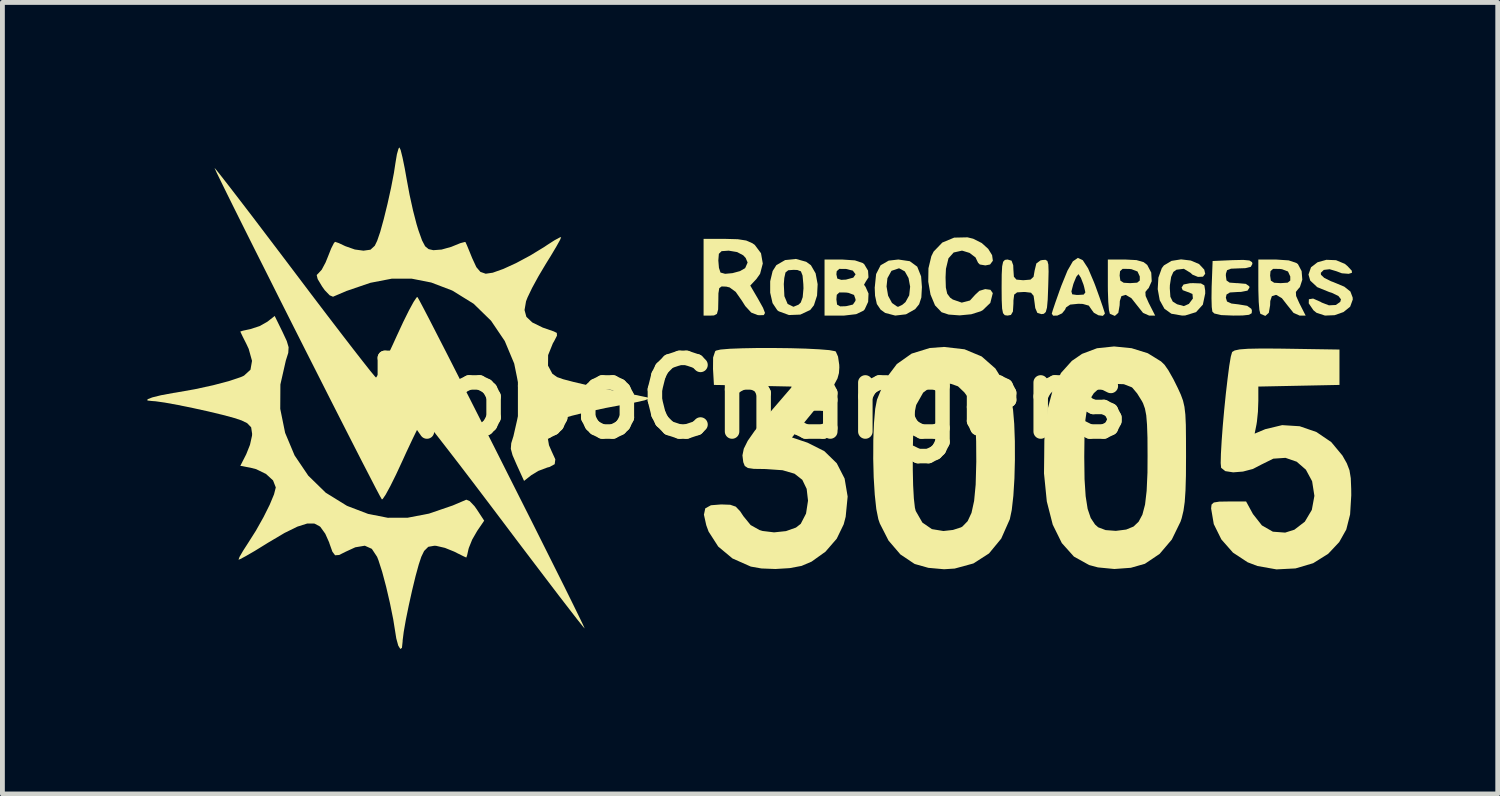
<source format=kicad_pcb>
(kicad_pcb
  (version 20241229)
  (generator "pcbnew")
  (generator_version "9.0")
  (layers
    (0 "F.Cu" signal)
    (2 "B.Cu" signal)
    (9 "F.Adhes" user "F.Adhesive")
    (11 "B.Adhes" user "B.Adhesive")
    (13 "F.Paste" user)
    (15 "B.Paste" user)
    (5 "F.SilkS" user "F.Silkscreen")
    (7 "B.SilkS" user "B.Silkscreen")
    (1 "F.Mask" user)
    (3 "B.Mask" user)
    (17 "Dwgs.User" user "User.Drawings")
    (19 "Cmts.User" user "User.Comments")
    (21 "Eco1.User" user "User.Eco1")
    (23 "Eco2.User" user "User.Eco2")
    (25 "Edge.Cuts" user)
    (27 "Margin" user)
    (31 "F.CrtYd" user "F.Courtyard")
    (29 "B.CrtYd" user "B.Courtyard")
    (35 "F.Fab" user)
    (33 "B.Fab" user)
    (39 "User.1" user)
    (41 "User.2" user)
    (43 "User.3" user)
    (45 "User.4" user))
  (footprint "RoboChargers"
    (layer "F.Cu")
    (at 12.425 5.19)
    (property "Reference" "RoboChargers" (at 0 0 0) (layer "F.SilkS") (effects (font (size 1.524 1.524) (thickness 0.3))))
    (attr board_only exclude_from_pos_files exclude_from_bom)
    (fp_poly (pts (xy 3.351 -2.835) (xy 3.505 -2.722) (xy 3.585 -2.521) (xy 3.602 -2.3) (xy 3.59 -2.084) (xy 3.544 -1.944) (xy 3.461 -1.842) (xy 3.272 -1.736) (xy 3.05 -1.71) (xy 2.841 -1.765) (xy 2.748 -1.832) (xy 2.669 -1.949) (xy 2.632 -2.121) (xy 2.625 -2.29) (xy 2.628 -2.312) (xy 2.87 -2.312) (xy 2.902 -2.121) (xy 2.983 -1.97) (xy 3.091 -1.895) (xy 3.114 -1.893) (xy 3.195 -1.932) (xy 3.262 -1.989) (xy 3.339 -2.129) (xy 3.358 -2.308) (xy 3.325 -2.486) (xy 3.248 -2.624) (xy 3.135 -2.686) (xy 3.124 -2.687) (xy 2.972 -2.636) (xy 2.888 -2.484) (xy 2.87 -2.312) (xy 2.628 -2.312) (xy 2.654 -2.569) (xy 2.747 -2.751) (xy 2.914 -2.847) (xy 3.114 -2.87)) (stroke (width 0) (type solid)) (fill yes) (layer "F.SilkS"))
    (fp_poly (pts (xy 1.207 -2.823) (xy 1.305 -2.752) (xy 1.402 -2.584) (xy 1.444 -2.36) (xy 1.432 -2.124) (xy 1.367 -1.923) (xy 1.291 -1.826) (xy 1.086 -1.73) (xy 0.851 -1.721) (xy 0.64 -1.798) (xy 0.609 -1.821) (xy 0.511 -1.968) (xy 0.462 -2.183) (xy 0.462 -2.361) (xy 0.744 -2.361) (xy 0.756 -2.111) (xy 0.823 -1.951) (xy 0.941 -1.893) (xy 0.946 -1.893) (xy 1.048 -1.935) (xy 1.095 -1.98) (xy 1.135 -2.091) (xy 1.151 -2.273) (xy 1.148 -2.361) (xy 1.132 -2.538) (xy 1.098 -2.625) (xy 1.025 -2.653) (xy 0.946 -2.656) (xy 0.836 -2.648) (xy 0.779 -2.602) (xy 0.754 -2.488) (xy 0.744 -2.361) (xy 0.462 -2.361) (xy 0.462 -2.419) (xy 0.513 -2.632) (xy 0.59 -2.754) (xy 0.772 -2.859) (xy 0.995 -2.882)) (stroke (width 0) (type solid)) (fill yes) (layer "F.SilkS"))
    (fp_poly (pts (xy 10.379 -2.85) (xy 10.433 -2.815) (xy 10.441 -2.781) (xy 10.408 -2.719) (xy 10.293 -2.691) (xy 10.166 -2.687) (xy 9.997 -2.68) (xy 9.916 -2.649) (xy 9.892 -2.575) (xy 9.891 -2.534) (xy 9.905 -2.436) (xy 9.968 -2.392) (xy 10.114 -2.381) (xy 10.136 -2.381) (xy 10.305 -2.366) (xy 10.375 -2.316) (xy 10.38 -2.29) (xy 10.339 -2.226) (xy 10.206 -2.2) (xy 10.136 -2.198) (xy 9.975 -2.188) (xy 9.905 -2.146) (xy 9.891 -2.079) (xy 9.915 -2.001) (xy 10.007 -1.959) (xy 10.15 -1.942) (xy 10.332 -1.912) (xy 10.418 -1.85) (xy 10.43 -1.816) (xy 10.426 -1.759) (xy 10.37 -1.726) (xy 10.238 -1.712) (xy 10.047 -1.71) (xy 9.795 -1.72) (xy 9.653 -1.753) (xy 9.612 -1.791) (xy 9.599 -1.888) (xy 9.594 -2.071) (xy 9.597 -2.305) (xy 9.599 -2.356) (xy 9.617 -2.839) (xy 10.029 -2.857) (xy 10.253 -2.862)) (stroke (width 0) (type solid)) (fill yes) (layer "F.SilkS"))
    (fp_poly (pts (xy 12.171 -2.856) (xy 12.353 -2.78) (xy 12.409 -2.733) (xy 12.497 -2.638) (xy 12.5 -2.595) (xy 12.432 -2.574) (xy 12.291 -2.585) (xy 12.177 -2.628) (xy 12.038 -2.669) (xy 11.918 -2.655) (xy 11.856 -2.595) (xy 11.859 -2.554) (xy 11.927 -2.49) (xy 12.068 -2.42) (xy 12.117 -2.402) (xy 12.342 -2.308) (xy 12.468 -2.208) (xy 12.515 -2.084) (xy 12.517 -2.041) (xy 12.463 -1.894) (xy 12.326 -1.783) (xy 12.141 -1.718) (xy 11.943 -1.71) (xy 11.768 -1.767) (xy 11.702 -1.821) (xy 11.606 -1.963) (xy 11.609 -2.048) (xy 11.697 -2.062) (xy 11.855 -1.992) (xy 11.875 -1.979) (xy 12.024 -1.922) (xy 12.166 -1.929) (xy 12.258 -1.993) (xy 12.273 -2.047) (xy 12.219 -2.116) (xy 12.083 -2.181) (xy 12.031 -2.197) (xy 11.782 -2.298) (xy 11.637 -2.434) (xy 11.601 -2.559) (xy 11.653 -2.709) (xy 11.788 -2.813) (xy 11.972 -2.864)) (stroke (width 0) (type solid)) (fill yes) (layer "F.SilkS"))
    (fp_poly (pts (xy 4.663 -3.3) (xy 4.84 -3.211) (xy 4.974 -3.09) (xy 5.054 -2.96) (xy 5.07 -2.845) (xy 5.012 -2.767) (xy 4.915 -2.748) (xy 4.8 -2.767) (xy 4.763 -2.804) (xy 4.711 -2.913) (xy 4.587 -3.007) (xy 4.44 -3.052) (xy 4.427 -3.053) (xy 4.258 -3.015) (xy 4.151 -2.894) (xy 4.099 -2.677) (xy 4.091 -2.5) (xy 4.097 -2.29) (xy 4.125 -2.163) (xy 4.186 -2.081) (xy 4.241 -2.042) (xy 4.426 -1.978) (xy 4.596 -2.022) (xy 4.704 -2.141) (xy 4.791 -2.222) (xy 4.912 -2.258) (xy 5.02 -2.243) (xy 5.068 -2.175) (xy 5.068 -2.173) (xy 5.017 -1.972) (xy 4.861 -1.822) (xy 4.819 -1.799) (xy 4.623 -1.737) (xy 4.382 -1.714) (xy 4.154 -1.731) (xy 4.009 -1.779) (xy 3.873 -1.921) (xy 3.78 -2.144) (xy 3.733 -2.411) (xy 3.737 -2.688) (xy 3.797 -2.939) (xy 3.844 -3.034) (xy 4.024 -3.221) (xy 4.269 -3.323) (xy 4.545 -3.329)) (stroke (width 0) (type solid)) (fill yes) (layer "F.SilkS"))
    (fp_poly (pts (xy 9.165 -2.849) (xy 9.337 -2.776) (xy 9.444 -2.661) (xy 9.464 -2.575) (xy 9.418 -2.515) (xy 9.314 -2.51) (xy 9.201 -2.556) (xy 9.159 -2.595) (xy 9.022 -2.678) (xy 8.869 -2.659) (xy 8.805 -2.613) (xy 8.759 -2.51) (xy 8.733 -2.34) (xy 8.731 -2.276) (xy 8.743 -2.099) (xy 8.792 -2) (xy 8.882 -1.944) (xy 9.022 -1.906) (xy 9.126 -1.952) (xy 9.209 -2.063) (xy 9.2 -2.157) (xy 9.103 -2.198) (xy 9.098 -2.198) (xy 8.998 -2.236) (xy 8.975 -2.29) (xy 9.016 -2.353) (xy 9.149 -2.38) (xy 9.22 -2.381) (xy 9.376 -2.375) (xy 9.446 -2.335) (xy 9.463 -2.231) (xy 9.464 -2.168) (xy 9.415 -1.936) (xy 9.274 -1.781) (xy 9.05 -1.712) (xy 8.986 -1.71) (xy 8.764 -1.748) (xy 8.62 -1.851) (xy 8.523 -2.027) (xy 8.481 -2.257) (xy 8.495 -2.495) (xy 8.566 -2.692) (xy 8.609 -2.748) (xy 8.767 -2.842) (xy 8.964 -2.873)) (stroke (width 0) (type solid)) (fill yes) (layer "F.SilkS"))
    (fp_poly (pts (xy 2.216 -2.852) (xy 2.378 -2.797) (xy 2.407 -2.774) (xy 2.487 -2.64) (xy 2.496 -2.5) (xy 2.437 -2.408) (xy 2.404 -2.348) (xy 2.437 -2.301) (xy 2.497 -2.166) (xy 2.489 -1.993) (xy 2.418 -1.839) (xy 2.392 -1.811) (xy 2.241 -1.739) (xy 1.991 -1.71) (xy 1.934 -1.71) (xy 1.587 -1.71) (xy 1.587 -2.045) (xy 1.832 -2.045) (xy 1.846 -1.937) (xy 1.912 -1.9) (xy 2.03 -1.904) (xy 2.174 -1.938) (xy 2.226 -2.014) (xy 2.229 -2.045) (xy 2.197 -2.137) (xy 2.082 -2.18) (xy 2.03 -2.187) (xy 1.894 -2.189) (xy 1.84 -2.14) (xy 1.832 -2.045) (xy 1.587 -2.045) (xy 1.587 -2.564) (xy 1.832 -2.564) (xy 1.851 -2.476) (xy 1.932 -2.449) (xy 2.03 -2.454) (xy 2.182 -2.495) (xy 2.229 -2.564) (xy 2.172 -2.64) (xy 2.03 -2.675) (xy 1.892 -2.676) (xy 1.839 -2.628) (xy 1.832 -2.564) (xy 1.587 -2.564) (xy 1.587 -2.87) (xy 1.949 -2.87)) (stroke (width 0) (type solid)) (fill yes) (layer "F.SilkS"))
    (fp_poly (pts (xy 6.931 -2.855) (xy 7.04 -2.687) (xy 7.163 -2.398) (xy 7.19 -2.328) (xy 7.276 -2.09) (xy 7.343 -1.896) (xy 7.382 -1.775) (xy 7.388 -1.749) (xy 7.346 -1.704) (xy 7.254 -1.716) (xy 7.159 -1.769) (xy 7.113 -1.832) (xy 7.055 -1.916) (xy 6.929 -1.951) (xy 6.838 -1.954) (xy 6.67 -1.937) (xy 6.584 -1.878) (xy 6.564 -1.832) (xy 6.502 -1.756) (xy 6.404 -1.71) (xy 6.317 -1.708) (xy 6.289 -1.749) (xy 6.309 -1.819) (xy 6.362 -1.977) (xy 6.439 -2.195) (xy 6.444 -2.21) (xy 6.695 -2.21) (xy 6.712 -2.15) (xy 6.802 -2.137) (xy 6.838 -2.137) (xy 6.949 -2.144) (xy 6.984 -2.189) (xy 6.958 -2.306) (xy 6.945 -2.351) (xy 6.892 -2.49) (xy 6.846 -2.562) (xy 6.838 -2.564) (xy 6.796 -2.512) (xy 6.743 -2.384) (xy 6.732 -2.351) (xy 6.695 -2.21) (xy 6.444 -2.21) (xy 6.487 -2.328) (xy 6.614 -2.64) (xy 6.725 -2.832) (xy 6.829 -2.904)) (stroke (width 0) (type solid)) (fill yes) (layer "F.SilkS"))
    (fp_poly (pts (xy 8.041 -2.858) (xy 8.189 -2.816) (xy 8.264 -2.758) (xy 8.347 -2.599) (xy 8.357 -2.421) (xy 8.293 -2.277) (xy 8.275 -2.261) (xy 8.226 -2.199) (xy 8.231 -2.115) (xy 8.296 -1.969) (xy 8.307 -1.948) (xy 8.428 -1.71) (xy 8.303 -1.71) (xy 8.177 -1.766) (xy 8.052 -1.923) (xy 7.937 -2.069) (xy 7.824 -2.136) (xy 7.809 -2.137) (xy 7.729 -2.111) (xy 7.697 -2.011) (xy 7.693 -1.923) (xy 7.666 -1.767) (xy 7.594 -1.703) (xy 7.495 -1.745) (xy 7.49 -1.75) (xy 7.472 -1.826) (xy 7.458 -1.993) (xy 7.45 -2.222) (xy 7.449 -2.33) (xy 7.449 -2.538) (xy 7.693 -2.538) (xy 7.708 -2.433) (xy 7.777 -2.389) (xy 7.911 -2.381) (xy 8.056 -2.391) (xy 8.11 -2.435) (xy 8.11 -2.519) (xy 8.063 -2.622) (xy 7.94 -2.669) (xy 7.892 -2.675) (xy 7.755 -2.677) (xy 7.702 -2.629) (xy 7.693 -2.538) (xy 7.449 -2.538) (xy 7.449 -2.87) (xy 7.806 -2.87)) (stroke (width 0) (type solid)) (fill yes) (layer "F.SilkS"))
    (fp_poly (pts (xy 11.192 -2.852) (xy 11.353 -2.797) (xy 11.383 -2.774) (xy 11.459 -2.63) (xy 11.473 -2.452) (xy 11.423 -2.299) (xy 11.389 -2.261) (xy 11.34 -2.199) (xy 11.345 -2.115) (xy 11.41 -1.969) (xy 11.421 -1.948) (xy 11.542 -1.71) (xy 11.417 -1.71) (xy 11.291 -1.766) (xy 11.165 -1.923) (xy 11.051 -2.069) (xy 10.938 -2.136) (xy 10.923 -2.137) (xy 10.843 -2.111) (xy 10.81 -2.011) (xy 10.807 -1.923) (xy 10.78 -1.767) (xy 10.708 -1.703) (xy 10.609 -1.745) (xy 10.604 -1.75) (xy 10.585 -1.826) (xy 10.571 -1.993) (xy 10.564 -2.222) (xy 10.563 -2.33) (xy 10.563 -2.538) (xy 10.807 -2.538) (xy 10.822 -2.433) (xy 10.891 -2.389) (xy 11.025 -2.381) (xy 11.17 -2.391) (xy 11.224 -2.435) (xy 11.224 -2.519) (xy 11.177 -2.622) (xy 11.054 -2.669) (xy 11.006 -2.675) (xy 10.869 -2.677) (xy 10.815 -2.629) (xy 10.807 -2.538) (xy 10.563 -2.538) (xy 10.563 -2.87) (xy 10.925 -2.87)) (stroke (width 0) (type solid)) (fill yes) (layer "F.SilkS"))
    (fp_poly (pts (xy 5.457 -2.846) (xy 5.491 -2.752) (xy 5.495 -2.656) (xy 5.505 -2.513) (xy 5.558 -2.454) (xy 5.691 -2.442) (xy 5.705 -2.442) (xy 5.848 -2.454) (xy 5.912 -2.513) (xy 5.934 -2.641) (xy 5.97 -2.789) (xy 6.056 -2.852) (xy 6.093 -2.859) (xy 6.158 -2.864) (xy 6.198 -2.84) (xy 6.218 -2.767) (xy 6.223 -2.621) (xy 6.217 -2.38) (xy 6.215 -2.309) (xy 6.205 -2.043) (xy 6.19 -1.875) (xy 6.165 -1.784) (xy 6.125 -1.747) (xy 6.075 -1.74) (xy 5.99 -1.766) (xy 5.947 -1.866) (xy 5.934 -1.969) (xy 5.913 -2.119) (xy 5.859 -2.183) (xy 5.735 -2.198) (xy 5.705 -2.198) (xy 5.571 -2.19) (xy 5.511 -2.144) (xy 5.496 -2.024) (xy 5.495 -1.954) (xy 5.485 -1.794) (xy 5.444 -1.723) (xy 5.373 -1.71) (xy 5.316 -1.718) (xy 5.28 -1.76) (xy 5.261 -1.856) (xy 5.253 -2.031) (xy 5.251 -2.29) (xy 5.253 -2.559) (xy 5.262 -2.729) (xy 5.282 -2.823) (xy 5.319 -2.862) (xy 5.373 -2.87)) (stroke (width 0) (type solid)) (fill yes) (layer "F.SilkS"))
    (fp_poly (pts (xy -0.208 -3.29) (xy -0.034 -3.263) (xy 0.092 -3.208) (xy 0.144 -3.171) (xy 0.272 -3) (xy 0.309 -2.787) (xy 0.253 -2.574) (xy 0.177 -2.467) (xy 0.05 -2.331) (xy 0.208 -2.061) (xy 0.314 -1.871) (xy 0.355 -1.764) (xy 0.329 -1.72) (xy 0.236 -1.717) (xy 0.202 -1.721) (xy 0.07 -1.772) (xy -0.054 -1.907) (xy -0.122 -2.015) (xy -0.252 -2.201) (xy -0.377 -2.292) (xy -0.446 -2.309) (xy -0.543 -2.313) (xy -0.592 -2.277) (xy -0.609 -2.17) (xy -0.611 -2.019) (xy -0.615 -1.836) (xy -0.64 -1.745) (xy -0.7 -1.713) (xy -0.763 -1.71) (xy -0.916 -1.71) (xy -0.916 -2.849) (xy -0.611 -2.849) (xy -0.598 -2.697) (xy -0.567 -2.603) (xy -0.565 -2.6) (xy -0.47 -2.574) (xy -0.318 -2.588) (xy -0.163 -2.63) (xy -0.06 -2.689) (xy -0.052 -2.7) (xy -0.005 -2.808) (xy -0.045 -2.902) (xy -0.096 -2.957) (xy -0.222 -3.024) (xy -0.394 -3.053) (xy -0.401 -3.053) (xy -0.543 -3.043) (xy -0.6 -2.988) (xy -0.611 -2.851) (xy -0.611 -2.849) (xy -0.916 -2.849) (xy -0.916 -3.297) (xy -0.466 -3.297)) (stroke (width 0) (type solid)) (fill yes) (layer "F.SilkS"))
    (fp_poly (pts (xy 4.484 -1.012) (xy 4.838 -0.864) (xy 5.122 -0.615) (xy 5.339 -0.266) (xy 5.449 0.03) (xy 5.487 0.235) (xy 5.512 0.532) (xy 5.525 0.889) (xy 5.526 1.276) (xy 5.516 1.663) (xy 5.494 2.018) (xy 5.461 2.312) (xy 5.421 2.503) (xy 5.243 2.905) (xy 4.99 3.212) (xy 4.668 3.419) (xy 4.28 3.525) (xy 4.06 3.539) (xy 3.735 3.51) (xy 3.459 3.432) (xy 3.445 3.426) (xy 3.157 3.233) (xy 2.911 2.946) (xy 2.731 2.593) (xy 2.7 2.503) (xy 2.658 2.294) (xy 2.626 1.996) (xy 2.604 1.638) (xy 2.594 1.251) (xy 2.595 1.145) (xy 3.412 1.145) (xy 3.413 1.484) (xy 3.42 1.803) (xy 3.435 2.074) (xy 3.457 2.267) (xy 3.474 2.334) (xy 3.612 2.574) (xy 3.809 2.709) (xy 4.047 2.748) (xy 4.244 2.726) (xy 4.409 2.673) (xy 4.439 2.656) (xy 4.548 2.544) (xy 4.628 2.372) (xy 4.682 2.125) (xy 4.714 1.789) (xy 4.726 1.347) (xy 4.727 1.313) (xy 4.724 0.888) (xy 4.71 0.564) (xy 4.68 0.319) (xy 4.631 0.134) (xy 4.559 -0.013) (xy 4.48 -0.12) (xy 4.348 -0.246) (xy 4.201 -0.298) (xy 4.066 -0.305) (xy 3.817 -0.259) (xy 3.628 -0.116) (xy 3.486 0.135) (xy 3.48 0.153) (xy 3.453 0.289) (xy 3.432 0.519) (xy 3.419 0.814) (xy 3.412 1.145) (xy 2.595 1.145) (xy 2.596 0.865) (xy 2.61 0.512) (xy 2.635 0.221) (xy 2.672 0.03) (xy 2.844 -0.39) (xy 3.083 -0.707) (xy 3.389 -0.923) (xy 3.765 -1.039) (xy 4.06 -1.061)) (stroke (width 0) (type solid)) (fill yes) (layer "F.SilkS"))
    (fp_poly (pts (xy 10.954 -1.027) (xy 11.167 -1.024) (xy 12.242 -1.007) (xy 12.242 -0.275) (xy 11.403 -0.258) (xy 10.563 -0.241) (xy 10.563 0.055) (xy 10.555 0.279) (xy 10.534 0.485) (xy 10.525 0.542) (xy 10.487 0.733) (xy 10.706 0.641) (xy 11.056 0.557) (xy 11.419 0.58) (xy 11.766 0.7) (xy 12.072 0.908) (xy 12.303 1.186) (xy 12.394 1.347) (xy 12.449 1.49) (xy 12.476 1.654) (xy 12.485 1.882) (xy 12.486 2.01) (xy 12.462 2.405) (xy 12.383 2.717) (xy 12.237 2.977) (xy 12.012 3.216) (xy 12.003 3.223) (xy 11.698 3.414) (xy 11.333 3.522) (xy 10.938 3.542) (xy 10.544 3.472) (xy 10.342 3.395) (xy 10.038 3.195) (xy 9.798 2.922) (xy 9.641 2.605) (xy 9.586 2.281) (xy 9.595 2.201) (xy 9.642 2.158) (xy 9.755 2.14) (xy 9.948 2.137) (xy 10.31 2.137) (xy 10.452 2.397) (xy 10.637 2.632) (xy 10.864 2.762) (xy 11.118 2.781) (xy 11.309 2.721) (xy 11.525 2.555) (xy 11.67 2.311) (xy 11.723 2.022) (xy 11.723 2.019) (xy 11.676 1.718) (xy 11.547 1.479) (xy 11.357 1.314) (xy 11.125 1.234) (xy 10.873 1.251) (xy 10.624 1.374) (xy 10.451 1.464) (xy 10.245 1.518) (xy 10.043 1.534) (xy 9.88 1.509) (xy 9.793 1.44) (xy 9.793 1.439) (xy 9.784 1.342) (xy 9.789 1.15) (xy 9.804 0.886) (xy 9.827 0.575) (xy 9.857 0.24) (xy 9.891 -0.095) (xy 9.927 -0.405) (xy 9.961 -0.668) (xy 9.993 -0.859) (xy 10.02 -0.954) (xy 10.022 -0.957) (xy 10.073 -0.988) (xy 10.176 -1.01) (xy 10.347 -1.023) (xy 10.601 -1.028)) (stroke (width 0) (type solid)) (fill yes) (layer "F.SilkS"))
    (fp_poly (pts (xy 0.879 -1.035) (xy 1.2 -1.026) (xy 1.476 -1.012) (xy 1.686 -0.995) (xy 1.804 -0.973) (xy 1.82 -0.965) (xy 1.866 -0.861) (xy 1.891 -0.691) (xy 1.893 -0.636) (xy 1.885 -0.52) (xy 1.855 -0.41) (xy 1.788 -0.284) (xy 1.672 -0.12) (xy 1.493 0.105) (xy 1.403 0.215) (xy 0.913 0.812) (xy 1.234 0.92) (xy 1.582 1.095) (xy 1.839 1.345) (xy 2.002 1.662) (xy 2.065 2.035) (xy 2.024 2.454) (xy 1.983 2.61) (xy 1.839 2.907) (xy 1.606 3.176) (xy 1.318 3.382) (xy 1.111 3.47) (xy 0.866 3.516) (xy 0.57 3.534) (xy 0.281 3.523) (xy 0.061 3.484) (xy -0.318 3.316) (xy -0.613 3.07) (xy -0.813 2.759) (xy -0.861 2.627) (xy -0.909 2.41) (xy -0.881 2.279) (xy -0.764 2.215) (xy -0.552 2.198) (xy -0.364 2.205) (xy -0.25 2.244) (xy -0.159 2.34) (xy -0.093 2.44) (xy 0.058 2.625) (xy 0.242 2.728) (xy 0.304 2.747) (xy 0.543 2.776) (xy 0.789 2.75) (xy 0.995 2.677) (xy 1.094 2.6) (xy 1.204 2.387) (xy 1.245 2.12) (xy 1.217 1.876) (xy 1.127 1.689) (xy 0.965 1.562) (xy 0.718 1.49) (xy 0.371 1.466) (xy 0.339 1.465) (xy 0.123 1.462) (xy -0.000318 1.444) (xy -0.063 1.403) (xy -0.094 1.326) (xy -0.096 1.315) (xy -0.112 1.183) (xy -0.084 1.045) (xy -0.003 0.882) (xy 0.141 0.676) (xy 0.359 0.408) (xy 0.443 0.31) (xy 0.917 -0.241) (xy -0.702 -0.275) (xy -0.721 -0.605) (xy -0.719 -0.843) (xy -0.677 -0.97) (xy -0.66 -0.985) (xy -0.566 -1.007) (xy -0.376 -1.023) (xy -0.113 -1.033) (xy 0.2 -1.039) (xy 0.538 -1.039)) (stroke (width 0) (type solid)) (fill yes) (layer "F.SilkS"))
    (fp_poly (pts (xy 7.94 -1.035) (xy 8.275 -0.931) (xy 8.549 -0.762) (xy 8.622 -0.692) (xy 8.702 -0.577) (xy 8.806 -0.393) (xy 8.896 -0.212) (xy 8.959 -0.074) (xy 9.004 0.048) (xy 9.034 0.177) (xy 9.053 0.337) (xy 9.063 0.551) (xy 9.066 0.842) (xy 9.067 1.191) (xy 9.065 1.6) (xy 9.056 1.911) (xy 9.04 2.146) (xy 9.014 2.329) (xy 8.977 2.483) (xy 8.953 2.555) (xy 8.773 2.924) (xy 8.52 3.222) (xy 8.216 3.426) (xy 8.213 3.427) (xy 7.925 3.509) (xy 7.584 3.534) (xy 7.244 3.501) (xy 7.062 3.452) (xy 6.747 3.277) (xy 6.497 2.998) (xy 6.309 2.617) (xy 6.186 2.136) (xy 6.128 1.555) (xy 6.132 1.221) (xy 6.961 1.221) (xy 6.967 1.677) (xy 6.99 2.028) (xy 7.031 2.29) (xy 7.095 2.479) (xy 7.184 2.613) (xy 7.249 2.671) (xy 7.403 2.729) (xy 7.615 2.745) (xy 7.828 2.718) (xy 7.98 2.656) (xy 8.086 2.555) (xy 8.164 2.409) (xy 8.219 2.201) (xy 8.252 1.917) (xy 8.269 1.539) (xy 8.271 1.191) (xy 8.269 0.82) (xy 8.26 0.55) (xy 8.244 0.355) (xy 8.217 0.215) (xy 8.178 0.106) (xy 8.155 0.061) (xy 8.056 -0.098) (xy 7.959 -0.214) (xy 7.943 -0.227) (xy 7.78 -0.29) (xy 7.567 -0.297) (xy 7.36 -0.251) (xy 7.273 -0.206) (xy 7.161 -0.107) (xy 7.079 0.022) (xy 7.021 0.199) (xy 6.985 0.443) (xy 6.966 0.772) (xy 6.961 1.204) (xy 6.961 1.221) (xy 6.132 1.221) (xy 6.135 0.876) (xy 6.144 0.733) (xy 6.206 0.217) (xy 6.316 -0.197) (xy 6.48 -0.523) (xy 6.705 -0.773) (xy 6.916 -0.918) (xy 7.225 -1.034) (xy 7.578 -1.071)) (stroke (width 0) (type solid)) (fill yes) (layer "F.SilkS"))
    (fp_poly (pts (xy -10.992 -4.715) (xy -10.885 -4.58) (xy -10.719 -4.367) (xy -10.503 -4.086) (xy -10.243 -3.747) (xy -9.948 -3.358) (xy -9.624 -2.931) (xy -9.37 -2.595) (xy -9.03 -2.145) (xy -8.712 -1.727) (xy -8.424 -1.351) (xy -8.173 -1.025) (xy -7.967 -0.761) (xy -7.814 -0.567) (xy -7.72 -0.454) (xy -7.694 -0.427) (xy -7.656 -0.48) (xy -7.579 -0.625) (xy -7.471 -0.844) (xy -7.343 -1.118) (xy -7.267 -1.285) (xy -7.132 -1.576) (xy -7.012 -1.818) (xy -6.916 -1.994) (xy -6.854 -2.086) (xy -6.837 -2.094) (xy -6.8 -2.029) (xy -6.715 -1.869) (xy -6.587 -1.623) (xy -6.423 -1.303) (xy -6.227 -0.921) (xy -6.006 -0.486) (xy -5.765 -0.012) (xy -5.51 0.492) (xy -5.246 1.013) (xy -4.98 1.542) (xy -4.716 2.066) (xy -4.46 2.574) (xy -4.219 3.056) (xy -3.997 3.5) (xy -3.8 3.894) (xy -3.635 4.228) (xy -3.506 4.491) (xy -3.419 4.671) (xy -3.38 4.757) (xy -3.379 4.763) (xy -3.42 4.715) (xy -3.528 4.58) (xy -3.693 4.367) (xy -3.91 4.086) (xy -4.169 3.746) (xy -4.464 3.358) (xy -4.788 2.931) (xy -5.041 2.595) (xy -5.381 2.145) (xy -5.698 1.727) (xy -5.986 1.35) (xy -6.237 1.025) (xy -6.443 0.76) (xy -6.596 0.567) (xy -6.689 0.453) (xy -6.715 0.427) (xy -6.753 0.48) (xy -6.831 0.625) (xy -6.938 0.844) (xy -7.067 1.118) (xy -7.143 1.285) (xy -7.278 1.576) (xy -7.398 1.818) (xy -7.494 1.994) (xy -7.556 2.086) (xy -7.573 2.094) (xy -7.61 2.03) (xy -7.695 1.87) (xy -7.822 1.624) (xy -7.987 1.305) (xy -8.182 0.923) (xy -8.403 0.489) (xy -8.644 0.015) (xy -8.899 -0.489) (xy -9.163 -1.01) (xy -9.43 -1.539) (xy -9.694 -2.063) (xy -9.949 -2.572) (xy -10.191 -3.053) (xy -10.413 -3.497) (xy -10.61 -3.892) (xy -10.776 -4.227) (xy -10.905 -4.49) (xy -10.993 -4.67) (xy -11.032 -4.756) (xy -11.033 -4.763)) (stroke (width 0) (type solid)) (fill yes) (layer "F.SilkS"))
    (fp_poly (pts (xy -9.629 -1.372) (xy -9.541 -1.183) (xy -9.503 -1.055) (xy -9.51 -0.939) (xy -9.557 -0.79) (xy -9.56 -0.781) (xy -9.673 -0.284) (xy -9.676 0.221) (xy -9.575 0.717) (xy -9.379 1.184) (xy -9.096 1.603) (xy -8.734 1.956) (xy -8.3 2.224) (xy -8.28 2.233) (xy -7.858 2.394) (xy -7.452 2.474) (xy -7.04 2.473) (xy -6.598 2.388) (xy -6.105 2.219) (xy -5.826 2.1) (xy -5.756 2.129) (xy -5.656 2.234) (xy -5.608 2.302) (xy -5.456 2.534) (xy -5.602 2.748) (xy -5.705 2.927) (xy -5.774 3.099) (xy -5.782 3.129) (xy -5.809 3.25) (xy -5.826 3.297) (xy -5.881 3.272) (xy -6.008 3.209) (xy -6.075 3.175) (xy -6.268 3.097) (xy -6.449 3.055) (xy -6.488 3.053) (xy -6.613 3.075) (xy -6.699 3.161) (xy -6.757 3.281) (xy -6.81 3.441) (xy -6.876 3.682) (xy -6.947 3.975) (xy -7.016 4.286) (xy -7.077 4.584) (xy -7.121 4.836) (xy -7.143 5.01) (xy -7.144 5.037) (xy -7.158 5.166) (xy -7.191 5.189) (xy -7.234 5.12) (xy -7.275 4.97) (xy -7.291 4.869) (xy -7.338 4.576) (xy -7.406 4.24) (xy -7.485 3.9) (xy -7.567 3.592) (xy -7.644 3.353) (xy -7.672 3.282) (xy -7.781 3.117) (xy -7.926 3.052) (xy -8.123 3.085) (xy -8.317 3.174) (xy -8.458 3.244) (xy -8.541 3.25) (xy -8.597 3.176) (xy -8.658 3.005) (xy -8.664 2.984) (xy -8.744 2.805) (xy -8.845 2.664) (xy -8.856 2.654) (xy -8.968 2.594) (xy -9.118 2.593) (xy -9.32 2.657) (xy -9.587 2.788) (xy -9.933 2.993) (xy -9.981 3.023) (xy -10.205 3.161) (xy -10.388 3.267) (xy -10.506 3.33) (xy -10.54 3.341) (xy -10.519 3.284) (xy -10.445 3.157) (xy -10.349 3.008) (xy -10.179 2.74) (xy -10.023 2.462) (xy -9.894 2.204) (xy -9.805 1.99) (xy -9.769 1.849) (xy -9.769 1.844) (xy -9.825 1.701) (xy -9.97 1.568) (xy -10.175 1.468) (xy -10.288 1.439) (xy -10.502 1.399) (xy -10.38 1.16) (xy -10.302 0.964) (xy -10.26 0.775) (xy -10.258 0.736) (xy -10.278 0.602) (xy -10.361 0.516) (xy -10.476 0.46) (xy -10.63 0.409) (xy -10.871 0.344) (xy -11.166 0.273) (xy -11.484 0.203) (xy -11.793 0.14) (xy -12.062 0.091) (xy -12.26 0.063) (xy -12.319 0.059) (xy -12.425 0.048) (xy -12.422 0.021) (xy -12.323 -0.017) (xy -12.141 -0.062) (xy -11.887 -0.109) (xy -11.845 -0.115) (xy -11.443 -0.186) (xy -11.066 -0.268) (xy -10.743 -0.353) (xy -10.5 -0.434) (xy -10.426 -0.467) (xy -10.292 -0.59) (xy -10.26 -0.773) (xy -10.329 -1.021) (xy -10.38 -1.13) (xy -10.454 -1.276) (xy -10.497 -1.367) (xy -10.502 -1.38) (xy -10.449 -1.397) (xy -10.319 -1.425) (xy -10.294 -1.43) (xy -10.101 -1.493) (xy -9.939 -1.585) (xy -9.791 -1.702)) (stroke (width 0) (type solid)) (fill yes) (layer "F.SilkS"))
    (fp_poly (pts (xy -7.184 -5.134) (xy -7.146 -4.981) (xy -7.1 -4.757) (xy -7.06 -4.532) (xy -7 -4.21) (xy -6.928 -3.883) (xy -6.855 -3.601) (xy -6.818 -3.479) (xy -6.742 -3.266) (xy -6.678 -3.144) (xy -6.606 -3.085) (xy -6.508 -3.063) (xy -6.337 -3.076) (xy -6.137 -3.132) (xy -6.096 -3.149) (xy -5.948 -3.209) (xy -5.856 -3.233) (xy -5.843 -3.23) (xy -5.813 -3.164) (xy -5.754 -3.021) (xy -5.705 -2.9) (xy -5.618 -2.712) (xy -5.534 -2.614) (xy -5.428 -2.577) (xy -5.423 -2.576) (xy -5.279 -2.597) (xy -5.06 -2.675) (xy -4.792 -2.798) (xy -4.501 -2.954) (xy -4.211 -3.131) (xy -4.155 -3.169) (xy -4.001 -3.268) (xy -3.893 -3.326) (xy -3.863 -3.334) (xy -3.885 -3.278) (xy -3.961 -3.141) (xy -4.077 -2.946) (xy -4.182 -2.777) (xy -4.333 -2.523) (xy -4.465 -2.281) (xy -4.559 -2.085) (xy -4.59 -2.005) (xy -4.621 -1.824) (xy -4.583 -1.684) (xy -4.461 -1.568) (xy -4.243 -1.461) (xy -4.015 -1.382) (xy -3.953 -1.351) (xy -3.95 -1.294) (xy -4.01 -1.177) (xy -4.035 -1.135) (xy -4.133 -0.892) (xy -4.135 -0.674) (xy -4.045 -0.506) (xy -3.947 -0.437) (xy -3.822 -0.393) (xy -3.605 -0.336) (xy -3.328 -0.271) (xy -3.02 -0.206) (xy -3.001 -0.202) (xy -2.695 -0.141) (xy -2.42 -0.087) (xy -2.206 -0.043) (xy -2.081 -0.017) (xy -2.076 -0.016) (xy -2.048 0.009) (xy -2.137 0.044) (xy -2.344 0.09) (xy -2.534 0.125) (xy -2.936 0.201) (xy -3.312 0.281) (xy -3.638 0.362) (xy -3.89 0.435) (xy -4.044 0.496) (xy -4.124 0.602) (xy -4.149 0.774) (xy -4.115 0.973) (xy -4.06 1.099) (xy -3.984 1.265) (xy -3.997 1.365) (xy -4.104 1.423) (xy -4.149 1.434) (xy -4.335 1.504) (xy -4.48 1.592) (xy -4.631 1.711) (xy -4.785 1.374) (xy -4.869 1.18) (xy -4.905 1.048) (xy -4.896 0.931) (xy -4.849 0.78) (xy -4.849 0.778) (xy -4.736 0.283) (xy -4.734 -0.222) (xy -4.835 -0.717) (xy -5.03 -1.183) (xy -5.313 -1.602) (xy -5.675 -1.955) (xy -6.108 -2.223) (xy -6.129 -2.233) (xy -6.552 -2.394) (xy -6.958 -2.474) (xy -7.37 -2.473) (xy -7.811 -2.388) (xy -8.305 -2.219) (xy -8.584 -2.1) (xy -8.653 -2.129) (xy -8.755 -2.235) (xy -8.81 -2.312) (xy -8.902 -2.466) (xy -8.922 -2.55) (xy -8.885 -2.586) (xy -8.818 -2.659) (xy -8.738 -2.809) (xy -8.69 -2.927) (xy -8.622 -3.099) (xy -8.565 -3.211) (xy -8.541 -3.236) (xy -8.464 -3.21) (xy -8.333 -3.148) (xy -8.326 -3.145) (xy -8.132 -3.077) (xy -7.954 -3.053) (xy -7.809 -3.073) (xy -7.72 -3.155) (xy -7.671 -3.256) (xy -7.608 -3.439) (xy -7.534 -3.707) (xy -7.456 -4.024) (xy -7.383 -4.354) (xy -7.324 -4.66) (xy -7.292 -4.869) (xy -7.262 -5.048) (xy -7.229 -5.164) (xy -7.21 -5.19)) (stroke (width 0) (type solid)) (fill yes) (layer "F.SilkS")))
  (gr_rect
    (start -3 -3)
    (end 27.942 13.379)
    (stroke (width 0.1) (type default))
    (fill no)
    (layer "Edge.Cuts")))
</source>
